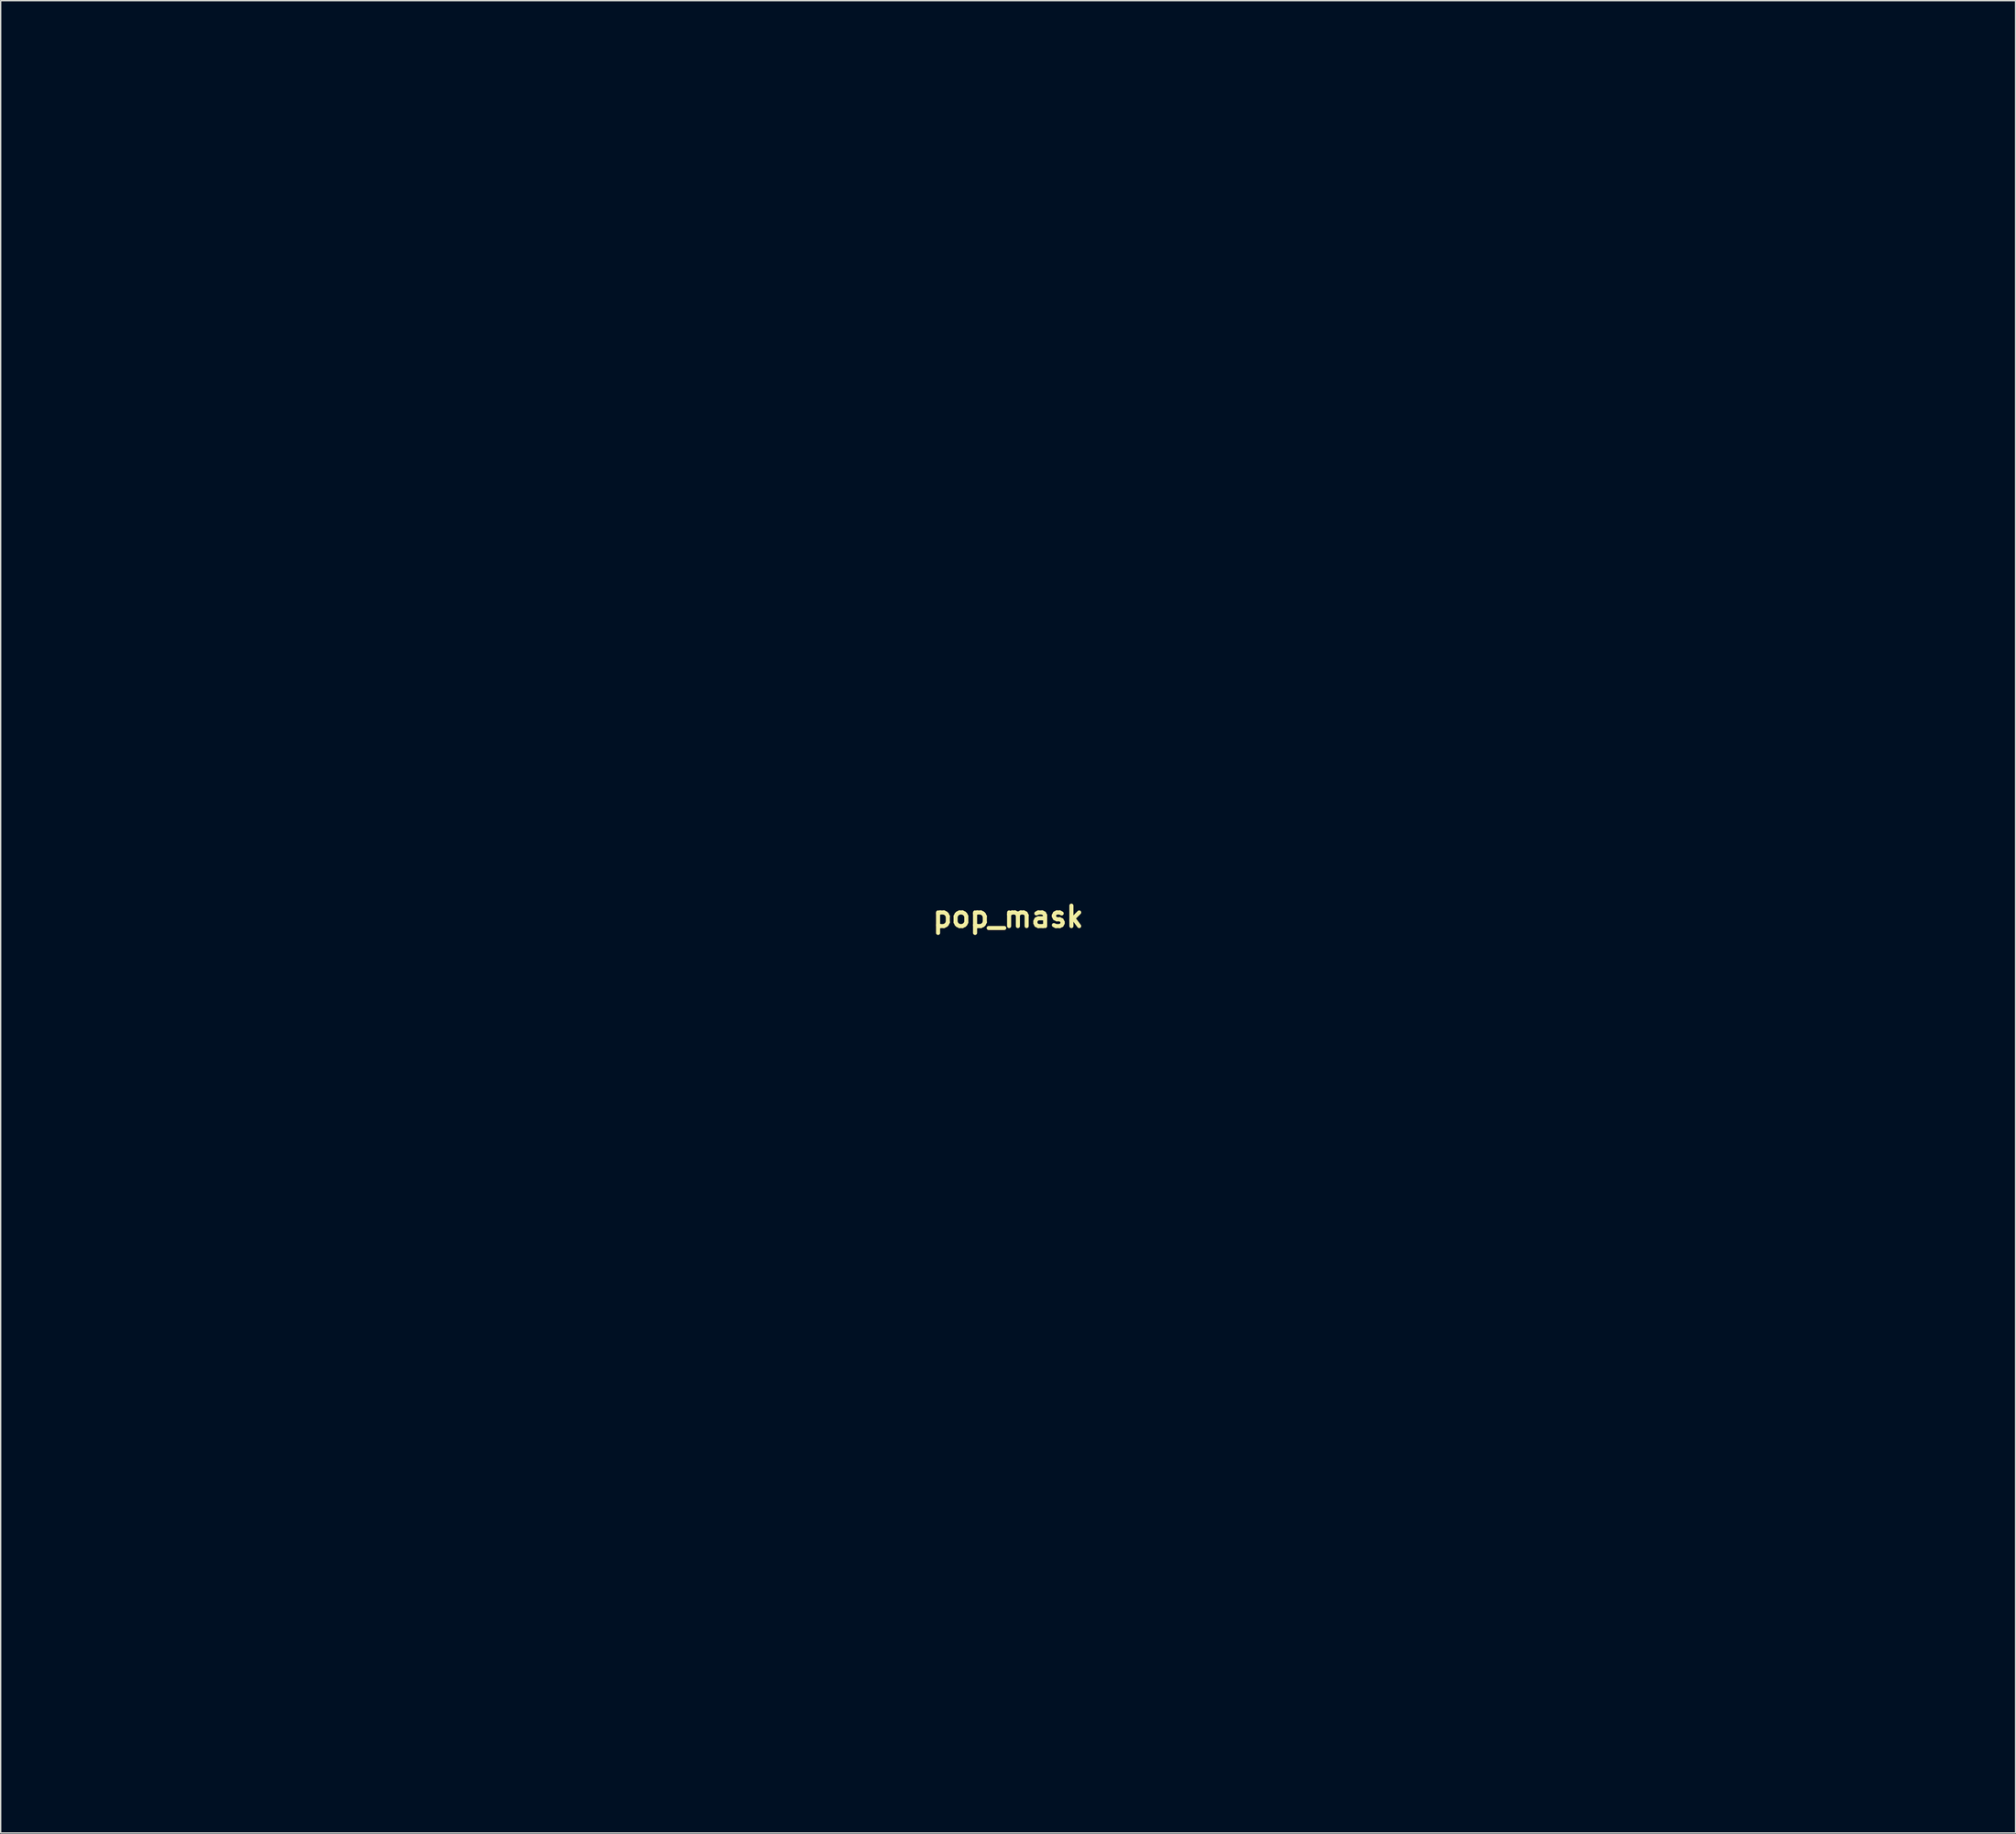
<source format=kicad_pcb>
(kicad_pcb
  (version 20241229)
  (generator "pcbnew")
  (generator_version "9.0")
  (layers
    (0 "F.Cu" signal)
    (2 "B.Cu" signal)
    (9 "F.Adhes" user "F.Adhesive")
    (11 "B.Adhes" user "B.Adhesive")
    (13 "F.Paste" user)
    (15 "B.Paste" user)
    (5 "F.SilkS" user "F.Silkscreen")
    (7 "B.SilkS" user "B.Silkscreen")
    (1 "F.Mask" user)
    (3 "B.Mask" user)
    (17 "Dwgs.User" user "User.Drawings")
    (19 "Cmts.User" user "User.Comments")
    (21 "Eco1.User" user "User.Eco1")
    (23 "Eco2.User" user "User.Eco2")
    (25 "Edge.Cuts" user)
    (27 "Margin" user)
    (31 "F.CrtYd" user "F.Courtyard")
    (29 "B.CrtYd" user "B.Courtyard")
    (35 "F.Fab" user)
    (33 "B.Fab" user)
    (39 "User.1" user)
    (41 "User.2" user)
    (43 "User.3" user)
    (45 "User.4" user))
  (footprint "pop_mask"
    (layer "F.Cu")
    (at 70.951 64.262)
    (property "Reference" "pop_mask" (at 0 0 0) (layer "F.SilkS") (effects (font (size 1.5 1.5) (thickness 0.3))))
    (attr board_only exclude_from_pos_files exclude_from_bom)
    (fp_poly (pts (xy 70.951 0) (xy 70.951 64.262) (xy 0 64.262) (xy -70.951 64.262) (xy -70.951 0) (xy -70.951 -64.262) (xy 0 -64.262) (xy 70.951 -64.262)) (stroke (width 0) (type solid)) (fill yes) (layer "F.Mask")))
  (gr_rect
    (start -3 -3)
    (end 144.901 131.524)
    (stroke (width 0.1) (type default))
    (fill no)
    (layer "Edge.Cuts")))
</source>
